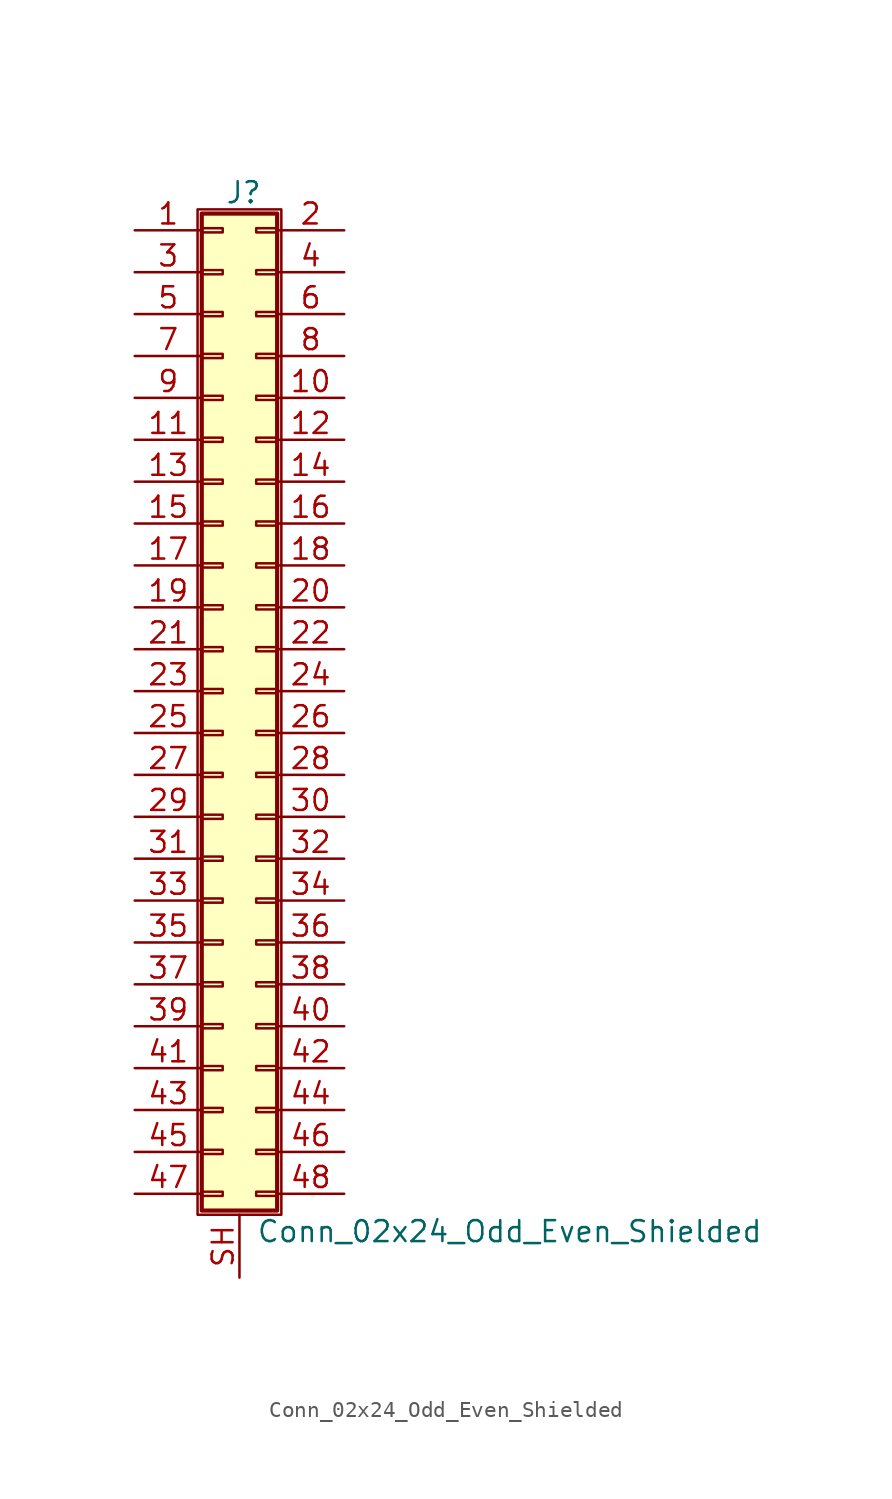
<source format=kicad_sym>
(kicad_symbol_lib
  (version 20220914)
  (generator kicad_symbol_editor)
  (symbol "Conn_02x24_Odd_Even_Shielded"
    (pin_names
      (offset 1.016) hide)
    (property "Reference" "J"
      (at 1.524 30.226 0)
      (effects (font (size 1.27 1.27))))
    (property "Value" "Conn_02x24_Odd_Even_Shielded"
      (at 2.286 -32.766 0)
      (effects (font (size 1.27 1.27)) (justify left)))
    (symbol "Conn_02x24_Odd_Even_Shielded_1_1"
      (rectangle (start -1.27 29.21) (end 3.81 -31.75) (stroke (width 0.152) (type default)) (fill (type none)))
      (rectangle (start -1.016 -30.353) (end 0.254 -30.607) (stroke (width 0.152) (type default)) (fill (type none)))
      (rectangle (start -1.016 -27.813) (end 0.254 -28.067) (stroke (width 0.152) (type default)) (fill (type none)))
      (rectangle (start -1.016 -25.273) (end 0.254 -25.527) (stroke (width 0.152) (type default)) (fill (type none)))
      (rectangle (start -1.016 -22.733) (end 0.254 -22.987) (stroke (width 0.152) (type default)) (fill (type none)))
      (rectangle (start -1.016 -20.193) (end 0.254 -20.447) (stroke (width 0.152) (type default)) (fill (type none)))
      (rectangle (start -1.016 -17.653) (end 0.254 -17.907) (stroke (width 0.152) (type default)) (fill (type none)))
      (rectangle (start -1.016 -15.113) (end 0.254 -15.367) (stroke (width 0.152) (type default)) (fill (type none)))
      (rectangle (start -1.016 -12.573) (end 0.254 -12.827) (stroke (width 0.152) (type default)) (fill (type none)))
      (rectangle (start -1.016 -10.033) (end 0.254 -10.287) (stroke (width 0.152) (type default)) (fill (type none)))
      (rectangle (start -1.016 -7.493) (end 0.254 -7.747) (stroke (width 0.152) (type default)) (fill (type none)))
      (rectangle (start -1.016 -4.953) (end 0.254 -5.207) (stroke (width 0.152) (type default)) (fill (type none)))
      (rectangle (start -1.016 -2.413) (end 0.254 -2.667) (stroke (width 0.152) (type default)) (fill (type none)))
      (rectangle (start -1.016 0.127) (end 0.254 -0.127) (stroke (width 0.152) (type default)) (fill (type none)))
      (rectangle (start -1.016 2.667) (end 0.254 2.413) (stroke (width 0.152) (type default)) (fill (type none)))
      (rectangle (start -1.016 5.207) (end 0.254 4.953) (stroke (width 0.152) (type default)) (fill (type none)))
      (rectangle (start -1.016 7.747) (end 0.254 7.493) (stroke (width 0.152) (type default)) (fill (type none)))
      (rectangle (start -1.016 10.287) (end 0.254 10.033) (stroke (width 0.152) (type default)) (fill (type none)))
      (rectangle (start -1.016 12.827) (end 0.254 12.573) (stroke (width 0.152) (type default)) (fill (type none)))
      (rectangle (start -1.016 15.367) (end 0.254 15.113) (stroke (width 0.152) (type default)) (fill (type none)))
      (rectangle (start -1.016 17.907) (end 0.254 17.653) (stroke (width 0.152) (type default)) (fill (type none)))
      (rectangle (start -1.016 20.447) (end 0.254 20.193) (stroke (width 0.152) (type default)) (fill (type none)))
      (rectangle (start -1.016 22.987) (end 0.254 22.733) (stroke (width 0.152) (type default)) (fill (type none)))
      (rectangle (start -1.016 25.527) (end 0.254 25.273) (stroke (width 0.152) (type default)) (fill (type none)))
      (rectangle (start -1.016 28.067) (end 0.254 27.813) (stroke (width 0.152) (type default)) (fill (type none)))
      (rectangle (start -1.016 28.956) (end 3.556 -31.496) (stroke (width 0.254) (type default)) (fill (type background)))
      (rectangle (start 3.556 -30.353) (end 2.286 -30.607) (stroke (width 0.152) (type default)) (fill (type none)))
      (rectangle (start 3.556 -27.813) (end 2.286 -28.067) (stroke (width 0.152) (type default)) (fill (type none)))
      (rectangle (start 3.556 -25.273) (end 2.286 -25.527) (stroke (width 0.152) (type default)) (fill (type none)))
      (rectangle (start 3.556 -22.733) (end 2.286 -22.987) (stroke (width 0.152) (type default)) (fill (type none)))
      (rectangle (start 3.556 -20.193) (end 2.286 -20.447) (stroke (width 0.152) (type default)) (fill (type none)))
      (rectangle (start 3.556 -17.653) (end 2.286 -17.907) (stroke (width 0.152) (type default)) (fill (type none)))
      (rectangle (start 3.556 -15.113) (end 2.286 -15.367) (stroke (width 0.152) (type default)) (fill (type none)))
      (rectangle (start 3.556 -12.573) (end 2.286 -12.827) (stroke (width 0.152) (type default)) (fill (type none)))
      (rectangle (start 3.556 -10.033) (end 2.286 -10.287) (stroke (width 0.152) (type default)) (fill (type none)))
      (rectangle (start 3.556 -7.493) (end 2.286 -7.747) (stroke (width 0.152) (type default)) (fill (type none)))
      (rectangle (start 3.556 -4.953) (end 2.286 -5.207) (stroke (width 0.152) (type default)) (fill (type none)))
      (rectangle (start 3.556 -2.413) (end 2.286 -2.667) (stroke (width 0.152) (type default)) (fill (type none)))
      (rectangle (start 3.556 0.127) (end 2.286 -0.127) (stroke (width 0.152) (type default)) (fill (type none)))
      (rectangle (start 3.556 2.667) (end 2.286 2.413) (stroke (width 0.152) (type default)) (fill (type none)))
      (rectangle (start 3.556 5.207) (end 2.286 4.953) (stroke (width 0.152) (type default)) (fill (type none)))
      (rectangle (start 3.556 7.747) (end 2.286 7.493) (stroke (width 0.152) (type default)) (fill (type none)))
      (rectangle (start 3.556 10.287) (end 2.286 10.033) (stroke (width 0.152) (type default)) (fill (type none)))
      (rectangle (start 3.556 12.827) (end 2.286 12.573) (stroke (width 0.152) (type default)) (fill (type none)))
      (rectangle (start 3.556 15.367) (end 2.286 15.113) (stroke (width 0.152) (type default)) (fill (type none)))
      (rectangle (start 3.556 17.907) (end 2.286 17.653) (stroke (width 0.152) (type default)) (fill (type none)))
      (rectangle (start 3.556 20.447) (end 2.286 20.193) (stroke (width 0.152) (type default)) (fill (type none)))
      (rectangle (start 3.556 22.987) (end 2.286 22.733) (stroke (width 0.152) (type default)) (fill (type none)))
      (rectangle (start 3.556 25.527) (end 2.286 25.273) (stroke (width 0.152) (type default)) (fill (type none)))
      (rectangle (start 3.556 28.067) (end 2.286 27.813) (stroke (width 0.152) (type default)) (fill (type none)))
      (pin passive line (at -5.08 27.94 0) (length 4.064) (name "Pin_1" (effects (font (size 1.27 1.27)))) (number "1" (effects (font (size 1.27 1.27)))))
      (pin passive line (at 7.62 17.78 180) (length 4.064) (name "Pin_10" (effects (font (size 1.27 1.27)))) (number "10" (effects (font (size 1.27 1.27)))))
      (pin passive line (at -5.08 15.24 0) (length 4.064) (name "Pin_11" (effects (font (size 1.27 1.27)))) (number "11" (effects (font (size 1.27 1.27)))))
      (pin passive line (at 7.62 15.24 180) (length 4.064) (name "Pin_12" (effects (font (size 1.27 1.27)))) (number "12" (effects (font (size 1.27 1.27)))))
      (pin passive line (at -5.08 12.7 0) (length 4.064) (name "Pin_13" (effects (font (size 1.27 1.27)))) (number "13" (effects (font (size 1.27 1.27)))))
      (pin passive line (at 7.62 12.7 180) (length 4.064) (name "Pin_14" (effects (font (size 1.27 1.27)))) (number "14" (effects (font (size 1.27 1.27)))))
      (pin passive line (at -5.08 10.16 0) (length 4.064) (name "Pin_15" (effects (font (size 1.27 1.27)))) (number "15" (effects (font (size 1.27 1.27)))))
      (pin passive line (at 7.62 10.16 180) (length 4.064) (name "Pin_16" (effects (font (size 1.27 1.27)))) (number "16" (effects (font (size 1.27 1.27)))))
      (pin passive line (at -5.08 7.62 0) (length 4.064) (name "Pin_17" (effects (font (size 1.27 1.27)))) (number "17" (effects (font (size 1.27 1.27)))))
      (pin passive line (at 7.62 7.62 180) (length 4.064) (name "Pin_18" (effects (font (size 1.27 1.27)))) (number "18" (effects (font (size 1.27 1.27)))))
      (pin passive line (at -5.08 5.08 0) (length 4.064) (name "Pin_19" (effects (font (size 1.27 1.27)))) (number "19" (effects (font (size 1.27 1.27)))))
      (pin passive line (at 7.62 27.94 180) (length 4.064) (name "Pin_2" (effects (font (size 1.27 1.27)))) (number "2" (effects (font (size 1.27 1.27)))))
      (pin passive line (at 7.62 5.08 180) (length 4.064) (name "Pin_20" (effects (font (size 1.27 1.27)))) (number "20" (effects (font (size 1.27 1.27)))))
      (pin passive line (at -5.08 2.54 0) (length 4.064) (name "Pin_21" (effects (font (size 1.27 1.27)))) (number "21" (effects (font (size 1.27 1.27)))))
      (pin passive line (at 7.62 2.54 180) (length 4.064) (name "Pin_22" (effects (font (size 1.27 1.27)))) (number "22" (effects (font (size 1.27 1.27)))))
      (pin passive line (at -5.08 0 0) (length 4.064) (name "Pin_23" (effects (font (size 1.27 1.27)))) (number "23" (effects (font (size 1.27 1.27)))))
      (pin passive line (at 7.62 0 180) (length 4.064) (name "Pin_24" (effects (font (size 1.27 1.27)))) (number "24" (effects (font (size 1.27 1.27)))))
      (pin passive line (at -5.08 -2.54 0) (length 4.064) (name "Pin_25" (effects (font (size 1.27 1.27)))) (number "25" (effects (font (size 1.27 1.27)))))
      (pin passive line (at 7.62 -2.54 180) (length 4.064) (name "Pin_26" (effects (font (size 1.27 1.27)))) (number "26" (effects (font (size 1.27 1.27)))))
      (pin passive line (at -5.08 -5.08 0) (length 4.064) (name "Pin_27" (effects (font (size 1.27 1.27)))) (number "27" (effects (font (size 1.27 1.27)))))
      (pin passive line (at 7.62 -5.08 180) (length 4.064) (name "Pin_28" (effects (font (size 1.27 1.27)))) (number "28" (effects (font (size 1.27 1.27)))))
      (pin passive line (at -5.08 -7.62 0) (length 4.064) (name "Pin_29" (effects (font (size 1.27 1.27)))) (number "29" (effects (font (size 1.27 1.27)))))
      (pin passive line (at -5.08 25.4 0) (length 4.064) (name "Pin_3" (effects (font (size 1.27 1.27)))) (number "3" (effects (font (size 1.27 1.27)))))
      (pin passive line (at 7.62 -7.62 180) (length 4.064) (name "Pin_30" (effects (font (size 1.27 1.27)))) (number "30" (effects (font (size 1.27 1.27)))))
      (pin passive line (at -5.08 -10.16 0) (length 4.064) (name "Pin_31" (effects (font (size 1.27 1.27)))) (number "31" (effects (font (size 1.27 1.27)))))
      (pin passive line (at 7.62 -10.16 180) (length 4.064) (name "Pin_32" (effects (font (size 1.27 1.27)))) (number "32" (effects (font (size 1.27 1.27)))))
      (pin passive line (at -5.08 -12.7 0) (length 4.064) (name "Pin_33" (effects (font (size 1.27 1.27)))) (number "33" (effects (font (size 1.27 1.27)))))
      (pin passive line (at 7.62 -12.7 180) (length 4.064) (name "Pin_34" (effects (font (size 1.27 1.27)))) (number "34" (effects (font (size 1.27 1.27)))))
      (pin passive line (at -5.08 -15.24 0) (length 4.064) (name "Pin_35" (effects (font (size 1.27 1.27)))) (number "35" (effects (font (size 1.27 1.27)))))
      (pin passive line (at 7.62 -15.24 180) (length 4.064) (name "Pin_36" (effects (font (size 1.27 1.27)))) (number "36" (effects (font (size 1.27 1.27)))))
      (pin passive line (at -5.08 -17.78 0) (length 4.064) (name "Pin_37" (effects (font (size 1.27 1.27)))) (number "37" (effects (font (size 1.27 1.27)))))
      (pin passive line (at 7.62 -17.78 180) (length 4.064) (name "Pin_38" (effects (font (size 1.27 1.27)))) (number "38" (effects (font (size 1.27 1.27)))))
      (pin passive line (at -5.08 -20.32 0) (length 4.064) (name "Pin_39" (effects (font (size 1.27 1.27)))) (number "39" (effects (font (size 1.27 1.27)))))
      (pin passive line (at 7.62 25.4 180) (length 4.064) (name "Pin_4" (effects (font (size 1.27 1.27)))) (number "4" (effects (font (size 1.27 1.27)))))
      (pin passive line (at 7.62 -20.32 180) (length 4.064) (name "Pin_40" (effects (font (size 1.27 1.27)))) (number "40" (effects (font (size 1.27 1.27)))))
      (pin passive line (at -5.08 -22.86 0) (length 4.064) (name "Pin_41" (effects (font (size 1.27 1.27)))) (number "41" (effects (font (size 1.27 1.27)))))
      (pin passive line (at 7.62 -22.86 180) (length 4.064) (name "Pin_42" (effects (font (size 1.27 1.27)))) (number "42" (effects (font (size 1.27 1.27)))))
      (pin passive line (at -5.08 -25.4 0) (length 4.064) (name "Pin_43" (effects (font (size 1.27 1.27)))) (number "43" (effects (font (size 1.27 1.27)))))
      (pin passive line (at 7.62 -25.4 180) (length 4.064) (name "Pin_44" (effects (font (size 1.27 1.27)))) (number "44" (effects (font (size 1.27 1.27)))))
      (pin passive line (at -5.08 -27.94 0) (length 4.064) (name "Pin_45" (effects (font (size 1.27 1.27)))) (number "45" (effects (font (size 1.27 1.27)))))
      (pin passive line (at 7.62 -27.94 180) (length 4.064) (name "Pin_46" (effects (font (size 1.27 1.27)))) (number "46" (effects (font (size 1.27 1.27)))))
      (pin passive line (at -5.08 -30.48 0) (length 4.064) (name "Pin_47" (effects (font (size 1.27 1.27)))) (number "47" (effects (font (size 1.27 1.27)))))
      (pin passive line (at 7.62 -30.48 180) (length 4.064) (name "Pin_48" (effects (font (size 1.27 1.27)))) (number "48" (effects (font (size 1.27 1.27)))))
      (pin passive line (at -5.08 22.86 0) (length 4.064) (name "Pin_5" (effects (font (size 1.27 1.27)))) (number "5" (effects (font (size 1.27 1.27)))))
      (pin passive line (at 7.62 22.86 180) (length 4.064) (name "Pin_6" (effects (font (size 1.27 1.27)))) (number "6" (effects (font (size 1.27 1.27)))))
      (pin passive line (at -5.08 20.32 0) (length 4.064) (name "Pin_7" (effects (font (size 1.27 1.27)))) (number "7" (effects (font (size 1.27 1.27)))))
      (pin passive line (at 7.62 20.32 180) (length 4.064) (name "Pin_8" (effects (font (size 1.27 1.27)))) (number "8" (effects (font (size 1.27 1.27)))))
      (pin passive line (at -5.08 17.78 0) (length 4.064) (name "Pin_9" (effects (font (size 1.27 1.27)))) (number "9" (effects (font (size 1.27 1.27)))))
      (pin passive line (at 1.27 -35.56 90) (length 3.81) (name "Shield" (effects (font (size 1.27 1.27)))) (number "SH" (effects (font (size 1.27 1.27))))))))
</source>
